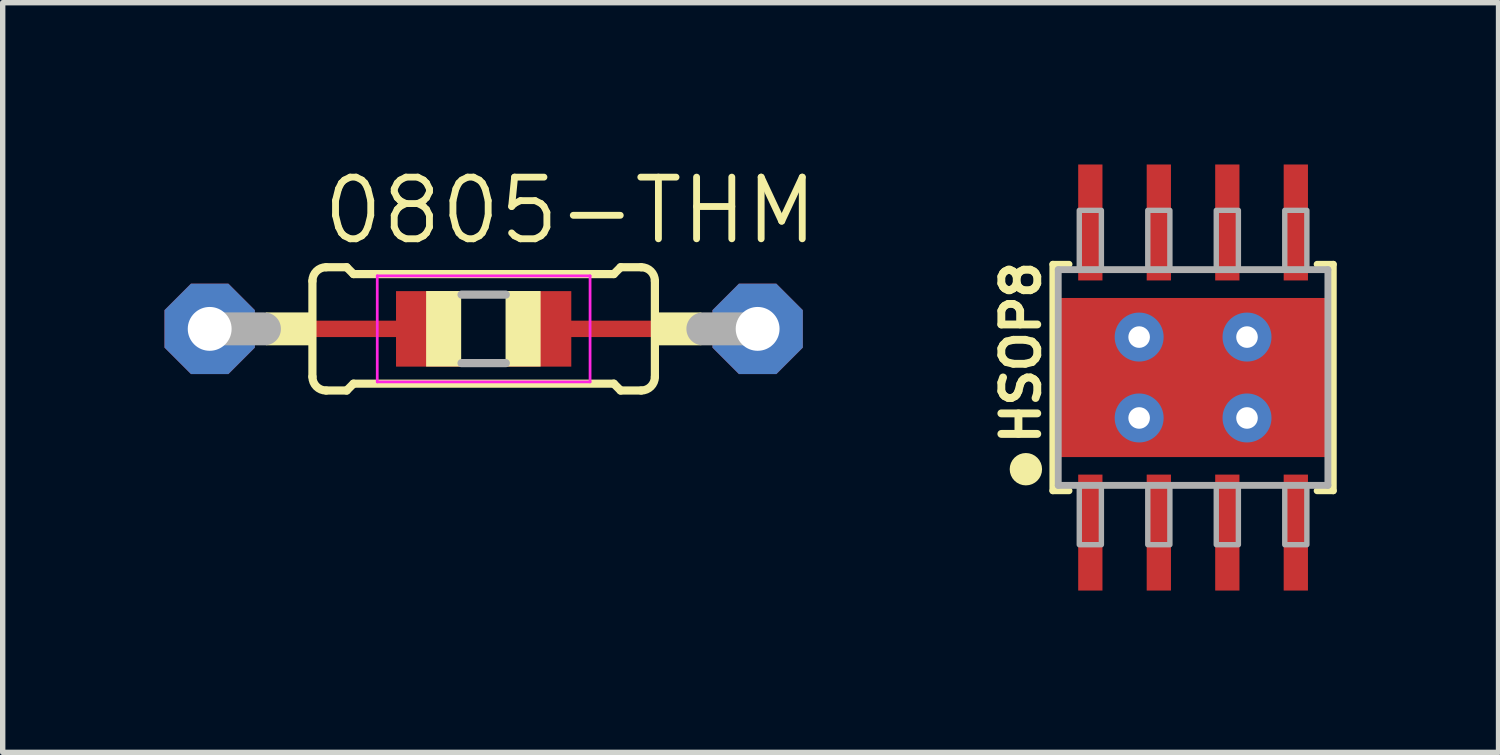
<source format=kicad_pcb>
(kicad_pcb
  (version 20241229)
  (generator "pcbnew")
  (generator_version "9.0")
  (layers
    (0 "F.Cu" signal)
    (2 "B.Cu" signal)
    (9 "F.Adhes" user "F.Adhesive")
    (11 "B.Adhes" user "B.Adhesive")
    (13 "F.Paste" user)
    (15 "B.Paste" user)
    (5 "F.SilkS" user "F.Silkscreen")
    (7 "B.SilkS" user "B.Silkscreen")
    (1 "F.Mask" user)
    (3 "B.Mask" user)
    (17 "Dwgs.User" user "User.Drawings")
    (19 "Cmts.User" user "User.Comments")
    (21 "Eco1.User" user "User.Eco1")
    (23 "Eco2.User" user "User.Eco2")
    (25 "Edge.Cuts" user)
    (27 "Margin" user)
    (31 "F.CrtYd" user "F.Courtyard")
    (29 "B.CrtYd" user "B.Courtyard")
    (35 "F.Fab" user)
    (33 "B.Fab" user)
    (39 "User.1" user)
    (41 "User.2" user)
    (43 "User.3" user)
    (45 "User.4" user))
  (footprint "HSOP8"
    (layer "F.Cu")
    (at 19.072 3.95)
    (property "Reference" "HSOP8" (at -2.8 1.3 90) (unlocked yes) (layer "F.SilkS") (effects (font (size 0.666 0.666) (thickness 0.146)) (justify left bottom)))
    (fp_poly (pts (xy -1.55 1.2) (xy 1.55 1.2) (xy 1.55 -1.2) (xy -1.55 -1.2)) (stroke (width 0) (type default)) (fill yes) (layer "F.Mask"))
    (fp_line (start -2.6 -2.1) (end -2.6 2.1) (stroke (width 0.127) (type solid)) (layer "F.SilkS"))
    (fp_line (start -2.6 2.1) (end -2.3 2.1) (stroke (width 0.127) (type solid)) (layer "F.SilkS"))
    (fp_line (start -2.3 -2.1) (end -2.6 -2.1) (stroke (width 0.127) (type solid)) (layer "F.SilkS"))
    (fp_line (start 2.3 -2.1) (end 2.6 -2.1) (stroke (width 0.127) (type solid)) (layer "F.SilkS"))
    (fp_line (start 2.6 -2.1) (end 2.6 2.1) (stroke (width 0.127) (type solid)) (layer "F.SilkS"))
    (fp_line (start 2.6 2.1) (end 2.3 2.1) (stroke (width 0.127) (type solid)) (layer "F.SilkS"))
    (fp_circle (center -3.1 1.7) (end -2.95 1.7) (stroke (width 0.3) (type solid)) (fill no) (layer "F.SilkS"))
    (fp_poly (pts (xy 0.564 -0.526) (xy 0.776 -0.314) (xy 1.313 -0.314) (xy 1.313 0.314) (xy 0.776 0.314) (xy 0.564 0.526) (xy 0.564 1.063) (xy -0.564 1.063) (xy -0.564 0.526) (xy -0.776 0.314) (xy -1.313 0.314) (xy -1.313 -0.314) (xy -0.776 -0.314) (xy -0.564 -0.526) (xy -0.564 -1.063) (xy 0.564 -1.063)) (stroke (width 0) (type default)) (fill yes) (layer "F.Paste"))
    (fp_line (start -2.5 -2) (end 2.5 -2) (stroke (width 0.127) (type solid)) (layer "F.Fab"))
    (fp_line (start -2.5 2) (end -2.5 -2) (stroke (width 0.127) (type solid)) (layer "F.Fab"))
    (fp_line (start 2.5 -2) (end 2.5 2) (stroke (width 0.127) (type solid)) (layer "F.Fab"))
    (fp_line (start 2.5 2) (end -2.5 2) (stroke (width 0.127) (type solid)) (layer "F.Fab"))
    (fp_poly (pts (xy -2.11 -2) (xy -1.7 -2) (xy -1.7 -3.1) (xy -2.11 -3.1)) (stroke (width 0.1) (type default)) (fill no) (layer "F.Fab"))
    (fp_poly (pts (xy -2.11 3.1) (xy -1.7 3.1) (xy -1.7 2) (xy -2.11 2)) (stroke (width 0.1) (type default)) (fill no) (layer "F.Fab"))
    (fp_poly (pts (xy -0.84 -2) (xy -0.43 -2) (xy -0.43 -3.1) (xy -0.84 -3.1)) (stroke (width 0.1) (type default)) (fill no) (layer "F.Fab"))
    (fp_poly (pts (xy -0.84 3.1) (xy -0.43 3.1) (xy -0.43 2) (xy -0.84 2)) (stroke (width 0.1) (type default)) (fill no) (layer "F.Fab"))
    (fp_poly (pts (xy 0.43 -2) (xy 0.84 -2) (xy 0.84 -3.1) (xy 0.43 -3.1)) (stroke (width 0.1) (type default)) (fill no) (layer "F.Fab"))
    (fp_poly (pts (xy 0.43 3.1) (xy 0.84 3.1) (xy 0.84 2) (xy 0.43 2)) (stroke (width 0.1) (type default)) (fill no) (layer "F.Fab"))
    (fp_poly (pts (xy 1.7 -2) (xy 2.11 -2) (xy 2.11 -3.1) (xy 1.7 -3.1)) (stroke (width 0.1) (type default)) (fill no) (layer "F.Fab"))
    (fp_poly (pts (xy 1.7 3.1) (xy 2.11 3.1) (xy 2.11 2) (xy 1.7 2)) (stroke (width 0.1) (type default)) (fill no) (layer "F.Fab"))
    (pad "1" smd rect (at -1.905 2.875 90) (size 2.15 0.45) (layers "F.Cu" "F.Mask" "F.Paste"))
    (pad "2" smd rect (at -0.635 2.875 90) (size 2.15 0.45) (layers "F.Cu" "F.Mask" "F.Paste"))
    (pad "3" smd rect (at 0.635 2.875 90) (size 2.15 0.45) (layers "F.Cu" "F.Mask" "F.Paste"))
    (pad "4" smd rect (at 1.905 2.875 90) (size 2.15 0.45) (layers "F.Cu" "F.Mask" "F.Paste"))
    (pad "5" smd rect (at 1.905 -2.875 90) (size 2.15 0.45) (layers "F.Cu" "F.Mask" "F.Paste"))
    (pad "6" smd rect (at 0.635 -2.875 90) (size 2.15 0.45) (layers "F.Cu" "F.Mask" "F.Paste"))
    (pad "7" smd rect (at -0.635 -2.875 90) (size 2.15 0.45) (layers "F.Cu" "F.Mask" "F.Paste"))
    (pad "8" smd rect (at -1.905 -2.875 90) (size 2.15 0.45) (layers "F.Cu" "F.Mask" "F.Paste"))
    (pad "GND" smd rect (at 0 0 90) (size 2.95 4.9) (layers "F.Cu"))
    (pad "P$1" thru_hole circle (at -1 -0.75) (size 0.908 0.908) (drill 0.4) (layers "*.Cu" "*.Mask"))
    (pad "P$2" thru_hole circle (at -1 0.75) (size 0.908 0.908) (drill 0.4) (layers "*.Cu" "*.Mask"))
    (pad "P$3" thru_hole circle (at 1 0.75) (size 0.908 0.908) (drill 0.4) (layers "*.Cu" "*.Mask"))
    (pad "P$4" thru_hole circle (at 1 -0.75) (size 0.908 0.908) (drill 0.4) (layers "*.Cu" "*.Mask")))
  (footprint "0805-THM"
    (layer "F.Cu")
    (at 5.918 3.048)
    (property "Reference" "0805-THM" (at -3.048 -1.524 0) (unlocked yes) (layer "F.SilkS") (effects (font (size 1.143 1.143) (thickness 0.127)) (justify left bottom)))
    (fp_line (start -4.5 0) (end -1.1 0) (stroke (width 0.305) (type solid)) (layer "F.Cu"))
    (fp_line (start 1 0) (end 5.1 0) (stroke (width 0.305) (type solid)) (layer "F.Cu"))
    (fp_poly (pts (xy -1.625 0.7) (xy -0.425 0.7) (xy -0.425 -0.7) (xy -1.625 -0.7)) (stroke (width 0) (type default)) (fill yes) (layer "F.Cu"))
    (fp_poly (pts (xy 0.425 0.7) (xy 1.625 0.7) (xy 1.625 -0.7) (xy 0.425 -0.7)) (stroke (width 0) (type default)) (fill yes) (layer "F.Cu"))
    (fp_poly (pts (xy -1.725 0.8) (xy -0.325 0.8) (xy -0.325 -0.8) (xy -1.725 -0.8)) (stroke (width 0) (type default)) (fill yes) (layer "F.Mask"))
    (fp_poly (pts (xy 0.325 0.8) (xy 1.725 0.8) (xy 1.725 -0.8) (xy 0.325 -0.8)) (stroke (width 0) (type default)) (fill yes) (layer "F.Mask"))
    (fp_line (start -3.175 0.889) (end -3.175 -0.889) (stroke (width 0.152) (type solid)) (layer "F.SilkS"))
    (fp_line (start -2.921 -1.143) (end -2.54 -1.143) (stroke (width 0.152) (type solid)) (layer "F.SilkS"))
    (fp_line (start -2.921 1.143) (end -2.54 1.143) (stroke (width 0.152) (type solid)) (layer "F.SilkS"))
    (fp_line (start -2.413 -1.016) (end -2.54 -1.143) (stroke (width 0.152) (type solid)) (layer "F.SilkS"))
    (fp_line (start -2.413 1.016) (end -2.54 1.143) (stroke (width 0.152) (type solid)) (layer "F.SilkS"))
    (fp_line (start 2.413 -1.016) (end -2.413 -1.016) (stroke (width 0.152) (type solid)) (layer "F.SilkS"))
    (fp_line (start 2.413 -1.016) (end 2.54 -1.143) (stroke (width 0.152) (type solid)) (layer "F.SilkS"))
    (fp_line (start 2.413 1.016) (end -2.413 1.016) (stroke (width 0.152) (type solid)) (layer "F.SilkS"))
    (fp_line (start 2.413 1.016) (end 2.54 1.143) (stroke (width 0.152) (type solid)) (layer "F.SilkS"))
    (fp_line (start 2.921 -1.143) (end 2.54 -1.143) (stroke (width 0.152) (type solid)) (layer "F.SilkS"))
    (fp_line (start 2.921 1.143) (end 2.54 1.143) (stroke (width 0.152) (type solid)) (layer "F.SilkS"))
    (fp_line (start 3.175 0.889) (end 3.175 -0.889) (stroke (width 0.152) (type solid)) (layer "F.SilkS"))
    (fp_arc (start -3.175 -0.889) (mid -3.100605 -1.068605) (end -2.921 -1.143) (stroke (width 0.1524) (type solid)) (layer "F.SilkS"))
    (fp_arc (start -2.921 1.143) (mid -3.100605 1.068605) (end -3.175 0.889) (stroke (width 0.1524) (type solid)) (layer "F.SilkS"))
    (fp_arc (start 2.921 -1.143) (mid 3.100605 -1.068605) (end 3.175 -0.889) (stroke (width 0.1524) (type solid)) (layer "F.SilkS"))
    (fp_arc (start 3.175 0.889) (mid 3.100605 1.068605) (end 2.921 1.143) (stroke (width 0.1524) (type solid)) (layer "F.SilkS"))
    (fp_poly (pts (xy -4.039 0.305) (xy -3.175 0.305) (xy -3.175 -0.305) (xy -4.039 -0.305)) (stroke (width 0) (type default)) (fill yes) (layer "F.SilkS"))
    (fp_poly (pts (xy -1.067 0.699) (xy -0.417 0.699) (xy -0.417 -0.702) (xy -1.067 -0.702)) (stroke (width 0) (type default)) (fill yes) (layer "F.SilkS"))
    (fp_poly (pts (xy 0.406 0.699) (xy 1.056 0.699) (xy 1.056 -0.702) (xy 0.406 -0.702)) (stroke (width 0) (type default)) (fill yes) (layer "F.SilkS"))
    (fp_poly (pts (xy 3.175 0.305) (xy 4.039 0.305) (xy 4.039 -0.305) (xy 3.175 -0.305)) (stroke (width 0) (type default)) (fill yes) (layer "F.SilkS"))
    (fp_poly (pts (xy -1.625 0.7) (xy -0.425 0.7) (xy -0.425 -0.7) (xy -1.625 -0.7)) (stroke (width 0) (type default)) (fill yes) (layer "F.Paste"))
    (fp_poly (pts (xy 0.425 0.7) (xy 1.625 0.7) (xy 1.625 -0.7) (xy 0.425 -0.7)) (stroke (width 0) (type default)) (fill yes) (layer "F.Paste"))
    (fp_line (start -1.973 -0.983) (end 1.973 -0.983) (stroke (width 0.051) (type solid)) (layer "F.CrtYd"))
    (fp_line (start -1.973 0.983) (end -1.973 -0.983) (stroke (width 0.051) (type solid)) (layer "F.CrtYd"))
    (fp_line (start 1.973 -0.983) (end 1.973 0.983) (stroke (width 0.051) (type solid)) (layer "F.CrtYd"))
    (fp_line (start 1.973 0.983) (end -1.973 0.983) (stroke (width 0.051) (type solid)) (layer "F.CrtYd"))
    (fp_line (start -5.08 0) (end -4.064 0) (stroke (width 0.61) (type solid)) (layer "F.Fab"))
    (fp_line (start -0.41 -0.635) (end 0.41 -0.635) (stroke (width 0.152) (type solid)) (layer "F.Fab"))
    (fp_line (start -0.41 0.635) (end 0.41 0.635) (stroke (width 0.152) (type solid)) (layer "F.Fab"))
    (fp_line (start 5.08 0) (end 4.064 0) (stroke (width 0.61) (type solid)) (layer "F.Fab"))
    (pad "1" thru_hole roundrect (at -5.08 0) (size 1.676 1.676) (drill 0.813) (layers "*.Cu" "*.Mask") (roundrect_rratio 0.25) (chamfer_ratio 0.293) (chamfer top_left top_right bottom_left bottom_right))
    (pad "2" thru_hole roundrect (at 5.08 0) (size 1.676 1.676) (drill 0.813) (layers "*.Cu" "*.Mask") (roundrect_rratio 0.25) (chamfer_ratio 0.293) (chamfer top_left top_right bottom_left bottom_right)))
  (gr_rect
    (start -3 -3)
    (end 24.736 10.9)
    (stroke (width 0.1) (type default))
    (fill no)
    (layer "Edge.Cuts")))
</source>
